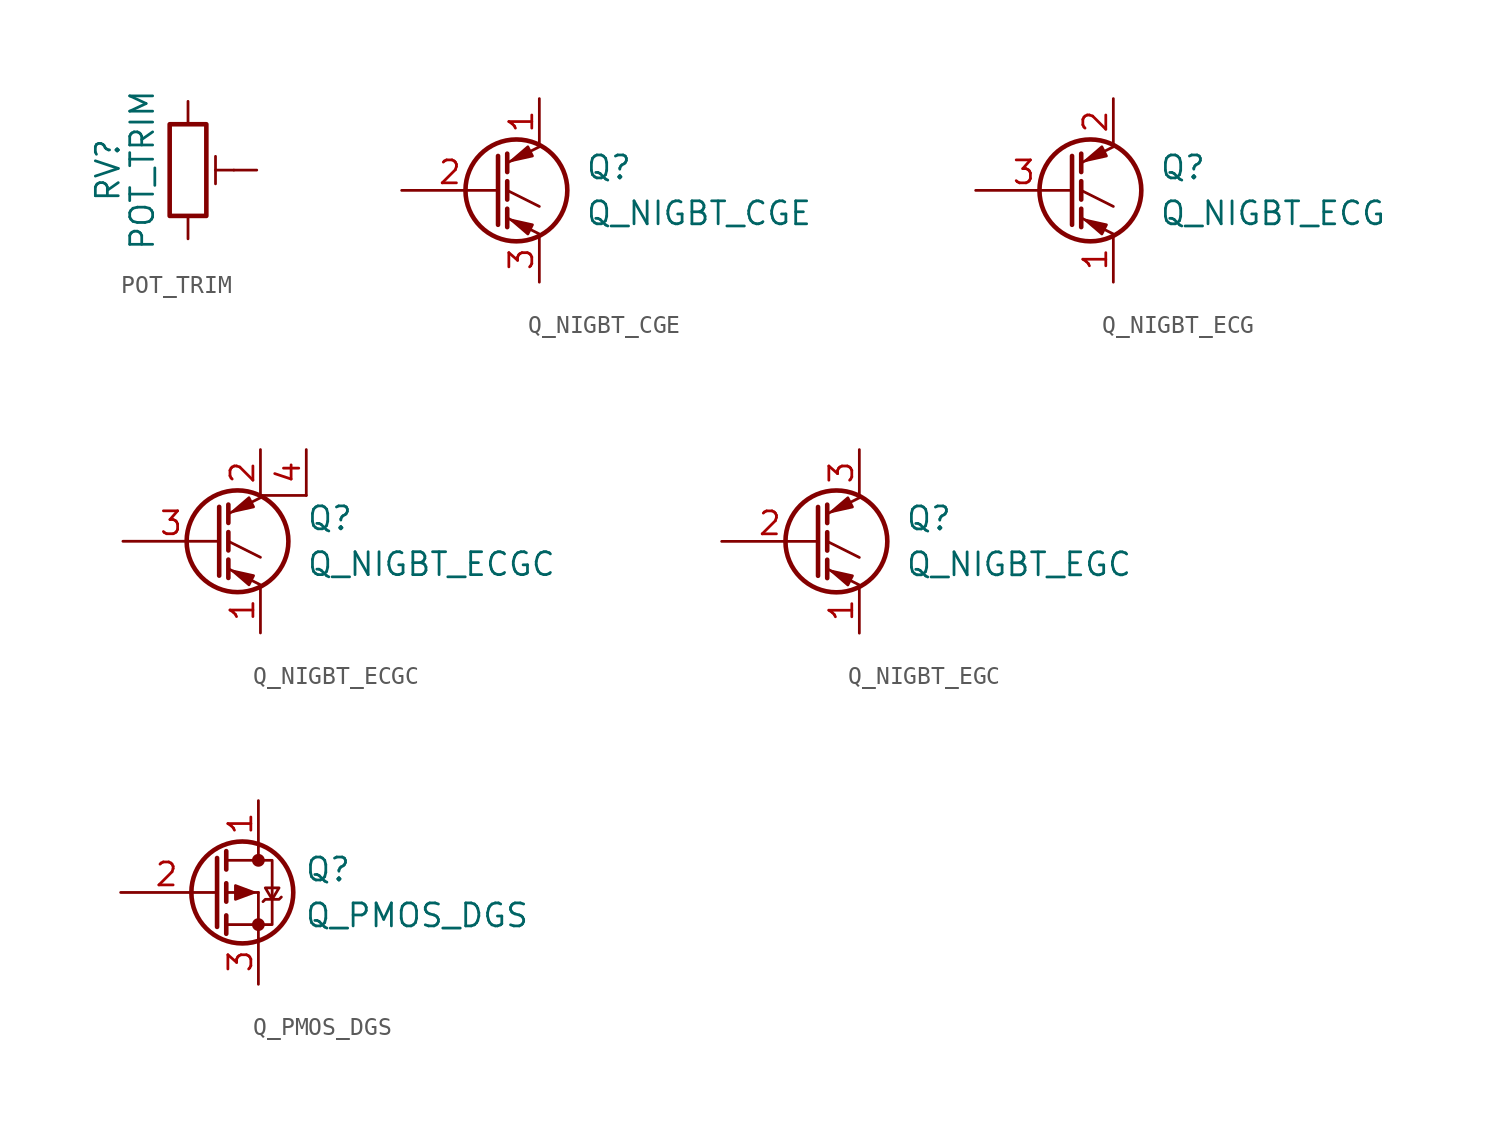
<source format=kicad_sym>
(kicad_symbol_lib
  (version 20211014)
  (generator kicad_symbol_editor)
  (symbol "POT_TRIM"
    (pin_numbers hide)
    (pin_names
      (offset 1.016) hide)
    (property "Reference" "RV"
      (at -4.445 0 90)
      (effects (font (size 1.27 1.27))))
    (property "Value" "POT_TRIM"
      (at -2.54 0 90)
      (effects (font (size 1.27 1.27))))
    (symbol "POT_TRIM_0_1"
      (polyline (pts (xy 1.524 0.762) (xy 1.524 -0.762)) (stroke (width 0) (type default) (color 0 0 0 0)) (fill (type none)))
      (polyline (pts (xy 2.54 0) (xy 1.524 0)) (stroke (width 0) (type default) (color 0 0 0 0)) (fill (type none)))
      (rectangle (start 1.016 2.54) (end -1.016 -2.54) (stroke (width 0.254) (type default) (color 0 0 0 0)) (fill (type none))))
    (symbol "POT_TRIM_1_1"
      (pin passive line (at 0 3.81 270) (length 1.27) (name "1" (effects (font (size 1.27 1.27)))) (number "1" (effects (font (size 1.27 1.27)))))
      (pin passive line (at 3.81 0 180) (length 1.27) (name "2" (effects (font (size 1.27 1.27)))) (number "2" (effects (font (size 1.27 1.27)))))
      (pin passive line (at 0 -3.81 90) (length 1.27) (name "3" (effects (font (size 1.27 1.27)))) (number "3" (effects (font (size 1.27 1.27)))))))
  (symbol "Q_NIGBT_CGE"
    (pin_names
      (offset 0) hide)
    (property "Reference" "Q"
      (at 5.08 1.27 0)
      (effects (font (size 1.27 1.27)) (justify left)))
    (property "Value" "Q_NIGBT_CGE"
      (at 5.08 -1.27 0)
      (effects (font (size 1.27 1.27)) (justify left)))
    (symbol "Q_NIGBT_CGE_0_1"
      (polyline (pts (xy 0.762 -1.016) (xy 0.762 -2.032)) (stroke (width 0.254) (type default) (color 0 0 0 0)) (fill (type none)))
      (polyline (pts (xy 0.762 0.508) (xy 0.762 -0.508)) (stroke (width 0.254) (type default) (color 0 0 0 0)) (fill (type none)))
      (polyline (pts (xy 0.762 2.032) (xy 0.762 1.016)) (stroke (width 0.254) (type default) (color 0 0 0 0)) (fill (type none)))
      (polyline (pts (xy 2.54 -2.413) (xy 0.762 -1.524)) (stroke (width 0) (type default) (color 0 0 0 0)) (fill (type none)))
      (polyline (pts (xy 2.54 -0.889) (xy 0.762 0)) (stroke (width 0) (type default) (color 0 0 0 0)) (fill (type none)))
      (polyline (pts (xy 2.54 2.413) (xy 0.762 1.524)) (stroke (width 0) (type default) (color 0 0 0 0)) (fill (type none)))
      (polyline (pts (xy 0.254 1.905) (xy 0.254 -1.905) (xy 0.254 -1.905)) (stroke (width 0.254) (type default) (color 0 0 0 0)) (fill (type none)))
      (polyline (pts (xy 2.159 -1.905) (xy 1.905 -2.413) (xy 1.016 -1.651) (xy 2.159 -1.905)) (stroke (width 0) (type default) (color 0 0 0 0)) (fill (type outline)))
      (polyline (pts (xy 2.159 1.905) (xy 1.905 2.413) (xy 1.016 1.651) (xy 2.159 1.905)) (stroke (width 0) (type default) (color 0 0 0 0)) (fill (type outline)))
      (circle (center 1.27 0) (radius 2.819) (stroke (width 0.254) (type default) (color 0 0 0 0)) (fill (type none))))
    (symbol "Q_NIGBT_CGE_1_1"
      (pin passive line (at 2.54 5.08 270) (length 2.54) (name "C" (effects (font (size 1.27 1.27)))) (number "1" (effects (font (size 1.27 1.27)))))
      (pin input line (at -5.08 0 0) (length 5.334) (name "G" (effects (font (size 1.27 1.27)))) (number "2" (effects (font (size 1.27 1.27)))))
      (pin passive line (at 2.54 -5.08 90) (length 2.54) (name "E" (effects (font (size 1.27 1.27)))) (number "3" (effects (font (size 1.27 1.27)))))))
  (symbol "Q_NIGBT_ECG"
    (pin_names
      (offset 0) hide)
    (property "Reference" "Q"
      (at 5.08 1.27 0)
      (effects (font (size 1.27 1.27)) (justify left)))
    (property "Value" "Q_NIGBT_ECG"
      (at 5.08 -1.27 0)
      (effects (font (size 1.27 1.27)) (justify left)))
    (symbol "Q_NIGBT_ECG_0_1"
      (polyline (pts (xy 0.762 -1.016) (xy 0.762 -2.032)) (stroke (width 0.254) (type default) (color 0 0 0 0)) (fill (type none)))
      (polyline (pts (xy 0.762 0.508) (xy 0.762 -0.508)) (stroke (width 0.254) (type default) (color 0 0 0 0)) (fill (type none)))
      (polyline (pts (xy 0.762 2.032) (xy 0.762 1.016)) (stroke (width 0.254) (type default) (color 0 0 0 0)) (fill (type none)))
      (polyline (pts (xy 2.54 -2.413) (xy 0.762 -1.524)) (stroke (width 0) (type default) (color 0 0 0 0)) (fill (type none)))
      (polyline (pts (xy 2.54 -0.889) (xy 0.762 0)) (stroke (width 0) (type default) (color 0 0 0 0)) (fill (type none)))
      (polyline (pts (xy 2.54 2.413) (xy 0.762 1.524)) (stroke (width 0) (type default) (color 0 0 0 0)) (fill (type none)))
      (polyline (pts (xy 0.254 1.905) (xy 0.254 -1.905) (xy 0.254 -1.905)) (stroke (width 0.254) (type default) (color 0 0 0 0)) (fill (type none)))
      (polyline (pts (xy 2.159 -1.905) (xy 1.905 -2.413) (xy 1.016 -1.651) (xy 2.159 -1.905)) (stroke (width 0) (type default) (color 0 0 0 0)) (fill (type outline)))
      (polyline (pts (xy 2.159 1.905) (xy 1.905 2.413) (xy 1.016 1.651) (xy 2.159 1.905)) (stroke (width 0) (type default) (color 0 0 0 0)) (fill (type outline)))
      (circle (center 1.27 0) (radius 2.819) (stroke (width 0.254) (type default) (color 0 0 0 0)) (fill (type none))))
    (symbol "Q_NIGBT_ECG_1_1"
      (pin passive line (at 2.54 -5.08 90) (length 2.54) (name "E" (effects (font (size 1.27 1.27)))) (number "1" (effects (font (size 1.27 1.27)))))
      (pin passive line (at 2.54 5.08 270) (length 2.54) (name "C" (effects (font (size 1.27 1.27)))) (number "2" (effects (font (size 1.27 1.27)))))
      (pin input line (at -5.08 0 0) (length 5.334) (name "G" (effects (font (size 1.27 1.27)))) (number "3" (effects (font (size 1.27 1.27)))))))
  (symbol "Q_NIGBT_ECGC"
    (pin_names
      (offset 0) hide)
    (property "Reference" "Q"
      (at 5.08 1.27 0)
      (effects (font (size 1.27 1.27)) (justify left)))
    (property "Value" "Q_NIGBT_ECGC"
      (at 5.08 -1.27 0)
      (effects (font (size 1.27 1.27)) (justify left)))
    (symbol "Q_NIGBT_ECGC_0_1"
      (polyline (pts (xy 0.762 -1.016) (xy 0.762 -2.032)) (stroke (width 0.254) (type default) (color 0 0 0 0)) (fill (type none)))
      (polyline (pts (xy 0.762 0.508) (xy 0.762 -0.508)) (stroke (width 0.254) (type default) (color 0 0 0 0)) (fill (type none)))
      (polyline (pts (xy 0.762 2.032) (xy 0.762 1.016)) (stroke (width 0.254) (type default) (color 0 0 0 0)) (fill (type none)))
      (polyline (pts (xy 2.54 -2.413) (xy 0.762 -1.524)) (stroke (width 0) (type default) (color 0 0 0 0)) (fill (type none)))
      (polyline (pts (xy 2.54 -0.889) (xy 0.762 0)) (stroke (width 0) (type default) (color 0 0 0 0)) (fill (type none)))
      (polyline (pts (xy 2.54 2.413) (xy 0.762 1.524)) (stroke (width 0) (type default) (color 0 0 0 0)) (fill (type none)))
      (polyline (pts (xy 2.54 2.54) (xy 5.08 2.54)) (stroke (width 0) (type default) (color 0 0 0 0)) (fill (type none)))
      (polyline (pts (xy 0.254 1.905) (xy 0.254 -1.905) (xy 0.254 -1.905)) (stroke (width 0.254) (type default) (color 0 0 0 0)) (fill (type none)))
      (polyline (pts (xy 2.159 -1.905) (xy 1.905 -2.413) (xy 1.016 -1.651) (xy 2.159 -1.905)) (stroke (width 0) (type default) (color 0 0 0 0)) (fill (type outline)))
      (polyline (pts (xy 2.159 1.905) (xy 1.905 2.413) (xy 1.016 1.651) (xy 2.159 1.905)) (stroke (width 0) (type default) (color 0 0 0 0)) (fill (type outline)))
      (circle (center 1.27 0) (radius 2.819) (stroke (width 0.254) (type default) (color 0 0 0 0)) (fill (type none))))
    (symbol "Q_NIGBT_ECGC_1_1"
      (pin passive line (at 2.54 -5.08 90) (length 2.54) (name "E" (effects (font (size 1.27 1.27)))) (number "1" (effects (font (size 1.27 1.27)))))
      (pin passive line (at 2.54 5.08 270) (length 2.54) (name "C" (effects (font (size 1.27 1.27)))) (number "2" (effects (font (size 1.27 1.27)))))
      (pin input line (at -5.08 0 0) (length 5.334) (name "G" (effects (font (size 1.27 1.27)))) (number "3" (effects (font (size 1.27 1.27)))))
      (pin passive line (at 5.08 5.08 270) (length 2.54) (name "C" (effects (font (size 1.27 1.27)))) (number "4" (effects (font (size 1.27 1.27)))))))
  (symbol "Q_NIGBT_EGC"
    (pin_names
      (offset 0) hide)
    (property "Reference" "Q"
      (at 5.08 1.27 0)
      (effects (font (size 1.27 1.27)) (justify left)))
    (property "Value" "Q_NIGBT_EGC"
      (at 5.08 -1.27 0)
      (effects (font (size 1.27 1.27)) (justify left)))
    (symbol "Q_NIGBT_EGC_0_1"
      (polyline (pts (xy 0.762 -1.016) (xy 0.762 -2.032)) (stroke (width 0.254) (type default) (color 0 0 0 0)) (fill (type none)))
      (polyline (pts (xy 0.762 0.508) (xy 0.762 -0.508)) (stroke (width 0.254) (type default) (color 0 0 0 0)) (fill (type none)))
      (polyline (pts (xy 0.762 2.032) (xy 0.762 1.016)) (stroke (width 0.254) (type default) (color 0 0 0 0)) (fill (type none)))
      (polyline (pts (xy 2.54 -2.413) (xy 0.762 -1.524)) (stroke (width 0) (type default) (color 0 0 0 0)) (fill (type none)))
      (polyline (pts (xy 2.54 -0.889) (xy 0.762 0)) (stroke (width 0) (type default) (color 0 0 0 0)) (fill (type none)))
      (polyline (pts (xy 2.54 2.413) (xy 0.762 1.524)) (stroke (width 0) (type default) (color 0 0 0 0)) (fill (type none)))
      (polyline (pts (xy 0.254 1.905) (xy 0.254 -1.905) (xy 0.254 -1.905)) (stroke (width 0.254) (type default) (color 0 0 0 0)) (fill (type none)))
      (polyline (pts (xy 2.159 -1.905) (xy 1.905 -2.413) (xy 1.016 -1.651) (xy 2.159 -1.905)) (stroke (width 0) (type default) (color 0 0 0 0)) (fill (type outline)))
      (polyline (pts (xy 2.159 1.905) (xy 1.905 2.413) (xy 1.016 1.651) (xy 2.159 1.905)) (stroke (width 0) (type default) (color 0 0 0 0)) (fill (type outline)))
      (circle (center 1.27 0) (radius 2.819) (stroke (width 0.254) (type default) (color 0 0 0 0)) (fill (type none))))
    (symbol "Q_NIGBT_EGC_1_1"
      (pin passive line (at 2.54 -5.08 90) (length 2.54) (name "E" (effects (font (size 1.27 1.27)))) (number "1" (effects (font (size 1.27 1.27)))))
      (pin input line (at -5.08 0 0) (length 5.334) (name "G" (effects (font (size 1.27 1.27)))) (number "2" (effects (font (size 1.27 1.27)))))
      (pin passive line (at 2.54 5.08 270) (length 2.54) (name "C" (effects (font (size 1.27 1.27)))) (number "3" (effects (font (size 1.27 1.27)))))))
  (symbol "Q_PMOS_DGS"
    (pin_names
      (offset 0) hide)
    (property "Reference" "Q"
      (at 5.08 1.27 0)
      (effects (font (size 1.27 1.27)) (justify left)))
    (property "Value" "Q_PMOS_DGS"
      (at 5.08 -1.27 0)
      (effects (font (size 1.27 1.27)) (justify left)))
    (symbol "Q_PMOS_DGS_0_1"
      (polyline (pts (xy 0.051 0) (xy 0.254 0)) (stroke (width 0) (type default) (color 0 0 0 0)) (fill (type none)))
      (polyline (pts (xy 0.762 -1.778) (xy 2.54 -1.778)) (stroke (width 0) (type default) (color 0 0 0 0)) (fill (type none)))
      (polyline (pts (xy 0.762 -1.27) (xy 0.762 -2.286)) (stroke (width 0.254) (type default) (color 0 0 0 0)) (fill (type none)))
      (polyline (pts (xy 0.762 0) (xy 2.54 0)) (stroke (width 0) (type default) (color 0 0 0 0)) (fill (type none)))
      (polyline (pts (xy 0.762 0.508) (xy 0.762 -0.508)) (stroke (width 0.254) (type default) (color 0 0 0 0)) (fill (type none)))
      (polyline (pts (xy 0.762 1.778) (xy 2.54 1.778)) (stroke (width 0) (type default) (color 0 0 0 0)) (fill (type none)))
      (polyline (pts (xy 0.762 2.286) (xy 0.762 1.27)) (stroke (width 0.254) (type default) (color 0 0 0 0)) (fill (type none)))
      (polyline (pts (xy 2.54 -1.778) (xy 2.54 -2.54)) (stroke (width 0) (type default) (color 0 0 0 0)) (fill (type none)))
      (polyline (pts (xy 2.54 -1.778) (xy 2.54 0)) (stroke (width 0) (type default) (color 0 0 0 0)) (fill (type none)))
      (polyline (pts (xy 2.54 2.54) (xy 2.54 1.778)) (stroke (width 0) (type default) (color 0 0 0 0)) (fill (type none)))
      (polyline (pts (xy 0.254 1.905) (xy 0.254 -1.905) (xy 0.254 -1.905)) (stroke (width 0.254) (type default) (color 0 0 0 0)) (fill (type none)))
      (polyline (pts (xy 2.286 0) (xy 1.27 -0.381) (xy 1.27 0.381) (xy 2.286 0)) (stroke (width 0) (type default) (color 0 0 0 0)) (fill (type outline)))
      (polyline (pts (xy 2.54 -1.778) (xy 3.302 -1.778) (xy 3.302 1.778) (xy 2.54 1.778)) (stroke (width 0) (type default) (color 0 0 0 0)) (fill (type none)))
      (polyline (pts (xy 2.794 -0.508) (xy 2.921 -0.381) (xy 3.683 -0.381) (xy 3.81 -0.254)) (stroke (width 0) (type default) (color 0 0 0 0)) (fill (type none)))
      (polyline (pts (xy 3.302 -0.381) (xy 2.921 0.254) (xy 3.683 0.254) (xy 3.302 -0.381)) (stroke (width 0) (type default) (color 0 0 0 0)) (fill (type none)))
      (circle (center 1.651 0) (radius 2.819) (stroke (width 0.254) (type default) (color 0 0 0 0)) (fill (type none)))
      (circle (center 2.54 -1.778) (radius 0.279) (stroke (width 0) (type default) (color 0 0 0 0)) (fill (type outline)))
      (circle (center 2.54 1.778) (radius 0.279) (stroke (width 0) (type default) (color 0 0 0 0)) (fill (type outline))))
    (symbol "Q_PMOS_DGS_1_1"
      (pin passive line (at 2.54 5.08 270) (length 2.54) (name "D" (effects (font (size 1.27 1.27)))) (number "1" (effects (font (size 1.27 1.27)))))
      (pin input line (at -5.08 0 0) (length 5.08) (name "G" (effects (font (size 1.27 1.27)))) (number "2" (effects (font (size 1.27 1.27)))))
      (pin passive line (at 2.54 -5.08 90) (length 2.54) (name "S" (effects (font (size 1.27 1.27)))) (number "3" (effects (font (size 1.27 1.27))))))))
</source>
